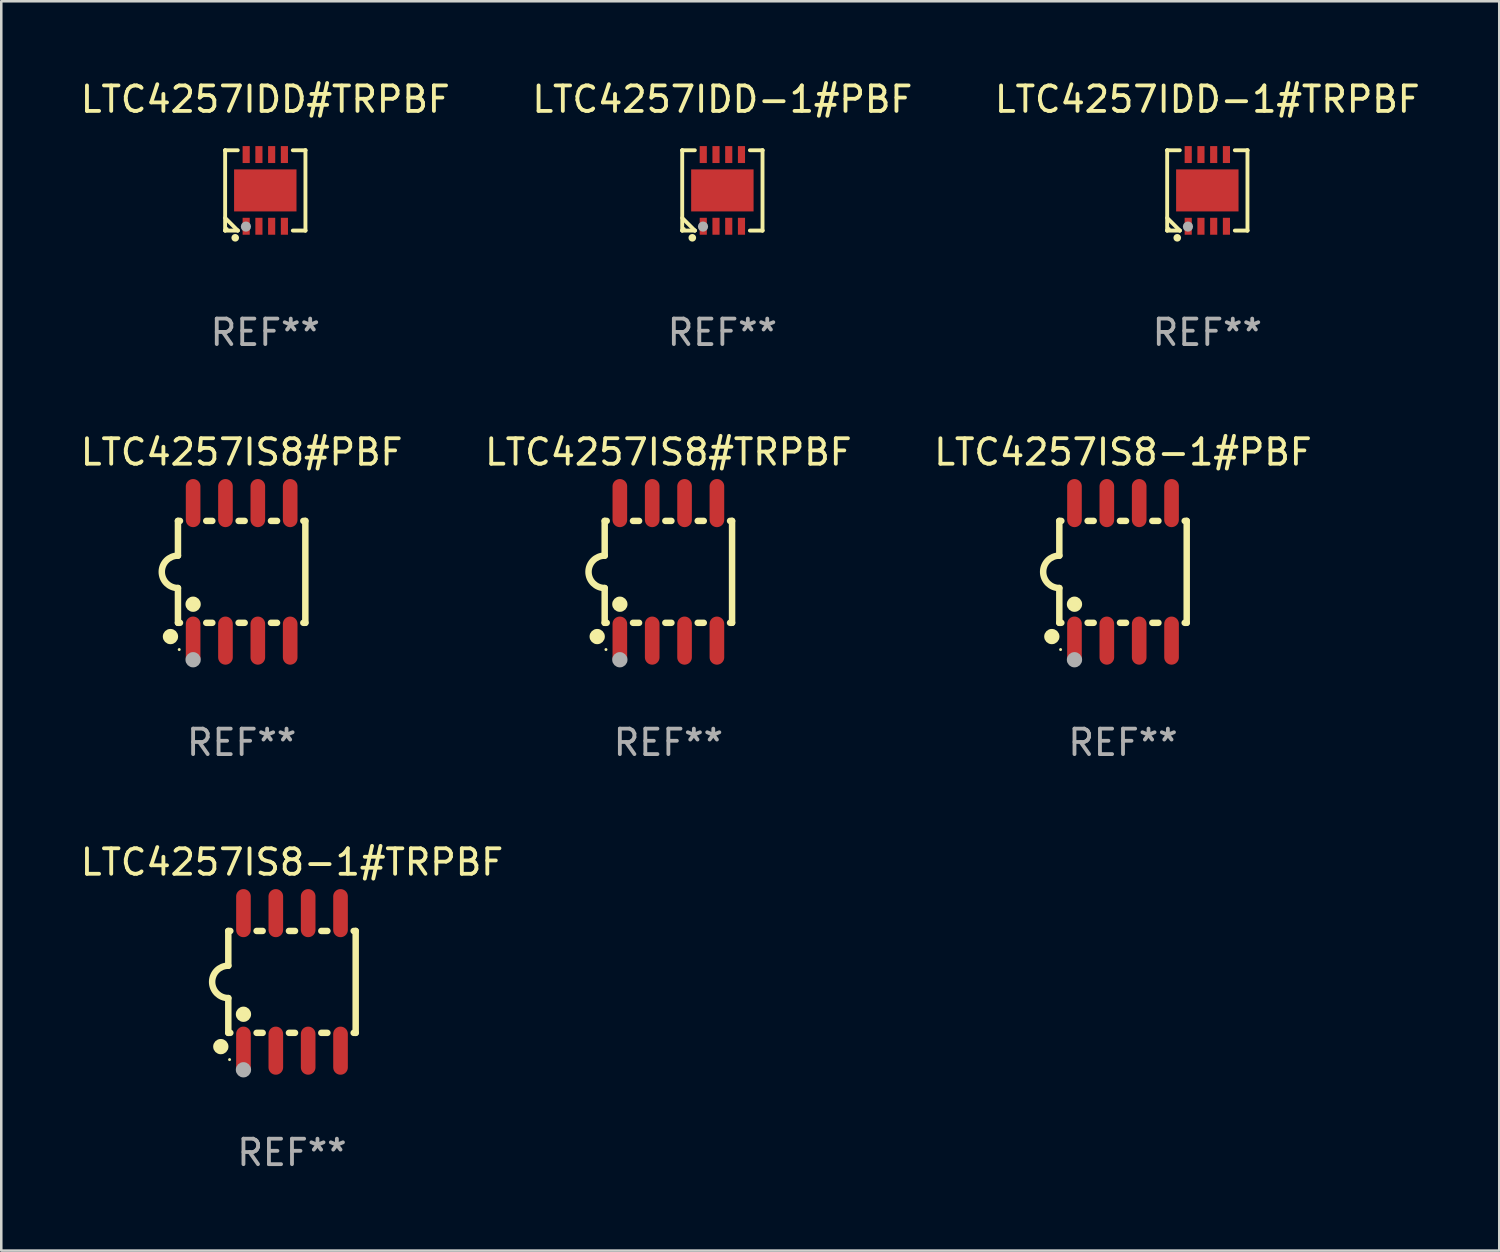
<source format=kicad_pcb>
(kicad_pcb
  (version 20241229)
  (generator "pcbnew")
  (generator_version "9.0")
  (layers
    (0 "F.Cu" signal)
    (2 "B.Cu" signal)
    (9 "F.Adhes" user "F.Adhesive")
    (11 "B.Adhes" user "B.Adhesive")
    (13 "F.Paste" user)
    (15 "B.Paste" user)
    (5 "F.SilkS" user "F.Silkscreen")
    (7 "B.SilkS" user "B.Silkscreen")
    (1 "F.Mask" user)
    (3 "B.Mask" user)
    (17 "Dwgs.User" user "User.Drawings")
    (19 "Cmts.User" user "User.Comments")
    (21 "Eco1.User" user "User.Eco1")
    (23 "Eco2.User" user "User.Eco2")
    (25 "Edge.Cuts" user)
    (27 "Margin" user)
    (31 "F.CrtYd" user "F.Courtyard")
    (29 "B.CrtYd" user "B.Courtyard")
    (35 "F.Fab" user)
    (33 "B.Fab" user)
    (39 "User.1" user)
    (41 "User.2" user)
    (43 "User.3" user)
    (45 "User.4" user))
  (footprint "LTC4257IS8-1#TRPBF"
    (layer "F.Cu")
    (at 8.411 35.491)
    (property "Reference" "LTC4257IS8-1#TRPBF" (at 0 -4.699 0) (layer "F.SilkS") (effects (font (size 1 1) (thickness 0.15))))
    (attr through_hole)
    (fp_line (start -2.5 -2) (end -2.5 -0.635) (stroke (width 0.254) (type solid)) (layer "F.SilkS"))
    (fp_line (start -2.5 -2) (end -2.421 -2) (stroke (width 0.254) (type solid)) (layer "F.SilkS"))
    (fp_line (start -2.5 2) (end -2.5 0.635) (stroke (width 0.254) (type solid)) (layer "F.SilkS"))
    (fp_line (start -2.5 2) (end -2.421 2) (stroke (width 0.254) (type solid)) (layer "F.SilkS"))
    (fp_line (start -1.389 -2) (end -1.151 -2) (stroke (width 0.254) (type solid)) (layer "F.SilkS"))
    (fp_line (start -1.389 2) (end -1.151 2) (stroke (width 0.254) (type solid)) (layer "F.SilkS"))
    (fp_line (start -0.119 -2) (end 0.119 -2) (stroke (width 0.254) (type solid)) (layer "F.SilkS"))
    (fp_line (start -0.119 2) (end 0.119 2) (stroke (width 0.254) (type solid)) (layer "F.SilkS"))
    (fp_line (start 1.151 -2) (end 1.389 -2) (stroke (width 0.254) (type solid)) (layer "F.SilkS"))
    (fp_line (start 1.151 2) (end 1.389 2) (stroke (width 0.254) (type solid)) (layer "F.SilkS"))
    (fp_line (start 2.421 -2) (end 2.5 -2) (stroke (width 0.254) (type solid)) (layer "F.SilkS"))
    (fp_line (start 2.421 2) (end 2.5 2) (stroke (width 0.254) (type solid)) (layer "F.SilkS"))
    (fp_line (start 2.5 -2) (end 2.5 2) (stroke (width 0.254) (type solid)) (layer "F.SilkS"))
    (fp_arc (start -2.5 0.635001) (mid -3.134366 -0.000318) (end -2.499365 -0.635001) (stroke (width 0.254001) (type solid)) (layer "F.SilkS"))
    (fp_circle (center -2.794 2.54) (end -2.644 2.54) (stroke (width 0.3) (type solid)) (fill no) (layer "F.SilkS"))
    (fp_circle (center -2.45 3.05) (end -2.42 3.05) (stroke (width 0.06) (type solid)) (fill no) (layer "F.SilkS"))
    (fp_circle (center -1.905 1.27) (end -1.755 1.27) (stroke (width 0.3) (type solid)) (fill no) (layer "F.SilkS"))
    (fp_circle (center -1.905 3.45) (end -1.755 3.45) (stroke (width 0.3) (type solid)) (fill no) (layer "F.Fab"))
    (fp_text user "REF**" (at 0 6.699 0) (layer "F.Fab") (effects (font (size 1 1) (thickness 0.15))))
    (pad "1" smd oval (at -1.905 2.699) (size 0.574 1.888) (layers "F.Cu" "F.Mask" "F.Paste"))
    (pad "2" smd oval (at -0.635 2.699) (size 0.574 1.888) (layers "F.Cu" "F.Mask" "F.Paste"))
    (pad "3" smd oval (at 0.635 2.699) (size 0.574 1.888) (layers "F.Cu" "F.Mask" "F.Paste"))
    (pad "4" smd oval (at 1.905 2.699) (size 0.574 1.888) (layers "F.Cu" "F.Mask" "F.Paste"))
    (pad "5" smd oval (at 1.905 -2.699) (size 0.574 1.888) (layers "F.Cu" "F.Mask" "F.Paste"))
    (pad "6" smd oval (at 0.635 -2.699) (size 0.574 1.888) (layers "F.Cu" "F.Mask" "F.Paste"))
    (pad "7" smd oval (at -0.635 -2.699) (size 0.574 1.888) (layers "F.Cu" "F.Mask" "F.Paste"))
    (pad "8" smd oval (at -1.905 -2.699) (size 0.574 1.888) (layers "F.Cu" "F.Mask" "F.Paste")))
  (footprint "LTC4257IDD#TRPBF"
    (layer "F.Cu")
    (at 7.363 4.424)
    (property "Reference" "LTC4257IDD#TRPBF" (at 0 -3.576 0) (layer "F.SilkS") (effects (font (size 1 1) (thickness 0.15))))
    (attr through_hole)
    (fp_line (start -1.576 -1.576) (end -1.576 -1.576) (stroke (width 0.152) (type solid)) (layer "F.SilkS"))
    (fp_line (start -1.576 -1.576) (end -1.08 -1.576) (stroke (width 0.152) (type solid)) (layer "F.SilkS"))
    (fp_line (start -1.576 1.576) (end -1.576 -1.576) (stroke (width 0.152) (type solid)) (layer "F.SilkS"))
    (fp_line (start -1.576 1.576) (end -1.576 1.576) (stroke (width 0.152) (type solid)) (layer "F.SilkS"))
    (fp_line (start -1.08 1.575) (end -1.576 1.079) (stroke (width 0.152) (type solid)) (layer "F.SilkS"))
    (fp_line (start -1.08 1.576) (end -1.576 1.576) (stroke (width 0.152) (type solid)) (layer "F.SilkS"))
    (fp_line (start -1.08 1.576) (end -1.08 1.575) (stroke (width 0.152) (type solid)) (layer "F.SilkS"))
    (fp_line (start 1.08 1.576) (end 1.576 1.576) (stroke (width 0.152) (type solid)) (layer "F.SilkS"))
    (fp_line (start 1.576 -1.576) (end 1.08 -1.576) (stroke (width 0.152) (type solid)) (layer "F.SilkS"))
    (fp_line (start 1.576 -1.576) (end 1.576 -1.576) (stroke (width 0.152) (type solid)) (layer "F.SilkS"))
    (fp_line (start 1.576 1.576) (end 1.576 -1.576) (stroke (width 0.152) (type solid)) (layer "F.SilkS"))
    (fp_line (start 1.576 1.576) (end 1.576 1.576) (stroke (width 0.152) (type solid)) (layer "F.SilkS"))
    (fp_circle (center -1.5 1.5) (end -1.47 1.5) (stroke (width 0.06) (type solid)) (fill no) (layer "F.SilkS"))
    (fp_circle (center -1.18 1.86) (end -1.105 1.86) (stroke (width 0.15) (type solid)) (fill no) (layer "F.SilkS"))
    (fp_circle (center -0.76 1.42) (end -0.66 1.42) (stroke (width 0.2) (type solid)) (fill no) (layer "F.Fab"))
    (fp_text user "REF**" (at 0 5.576 0) (layer "F.Fab") (effects (font (size 1 1) (thickness 0.15))))
    (pad "1" smd rect (at -0.75 1.407) (size 0.28 0.665) (layers "F.Cu" "F.Mask" "F.Paste"))
    (pad "2" smd rect (at -0.25 1.407) (size 0.28 0.665) (layers "F.Cu" "F.Mask" "F.Paste"))
    (pad "3" smd rect (at 0.25 1.407) (size 0.28 0.665) (layers "F.Cu" "F.Mask" "F.Paste"))
    (pad "4" smd rect (at 0.75 1.407) (size 0.28 0.665) (layers "F.Cu" "F.Mask" "F.Paste"))
    (pad "5" smd rect (at 0.75 -1.407) (size 0.28 0.665) (layers "F.Cu" "F.Mask" "F.Paste"))
    (pad "6" smd rect (at 0.25 -1.407) (size 0.28 0.665) (layers "F.Cu" "F.Mask" "F.Paste"))
    (pad "7" smd rect (at -0.25 -1.407) (size 0.28 0.665) (layers "F.Cu" "F.Mask" "F.Paste"))
    (pad "8" smd rect (at -0.75 -1.407) (size 0.28 0.665) (layers "F.Cu" "F.Mask" "F.Paste"))
    (pad "9" smd rect (at 0 0) (size 2.45 1.65) (layers "F.Cu" "F.Mask" "F.Paste")))
  (footprint "LTC4257IS8-1#PBF"
    (layer "F.Cu")
    (at 41.03 19.396)
    (property "Reference" "LTC4257IS8-1#PBF" (at 0 -4.699 0) (layer "F.SilkS") (effects (font (size 1 1) (thickness 0.15))))
    (attr through_hole)
    (fp_line (start -2.5 -2) (end -2.5 -0.635) (stroke (width 0.254) (type solid)) (layer "F.SilkS"))
    (fp_line (start -2.5 -2) (end -2.421 -2) (stroke (width 0.254) (type solid)) (layer "F.SilkS"))
    (fp_line (start -2.5 2) (end -2.5 0.635) (stroke (width 0.254) (type solid)) (layer "F.SilkS"))
    (fp_line (start -2.5 2) (end -2.421 2) (stroke (width 0.254) (type solid)) (layer "F.SilkS"))
    (fp_line (start -1.389 -2) (end -1.151 -2) (stroke (width 0.254) (type solid)) (layer "F.SilkS"))
    (fp_line (start -1.389 2) (end -1.151 2) (stroke (width 0.254) (type solid)) (layer "F.SilkS"))
    (fp_line (start -0.119 -2) (end 0.119 -2) (stroke (width 0.254) (type solid)) (layer "F.SilkS"))
    (fp_line (start -0.119 2) (end 0.119 2) (stroke (width 0.254) (type solid)) (layer "F.SilkS"))
    (fp_line (start 1.151 -2) (end 1.389 -2) (stroke (width 0.254) (type solid)) (layer "F.SilkS"))
    (fp_line (start 1.151 2) (end 1.389 2) (stroke (width 0.254) (type solid)) (layer "F.SilkS"))
    (fp_line (start 2.421 -2) (end 2.5 -2) (stroke (width 0.254) (type solid)) (layer "F.SilkS"))
    (fp_line (start 2.421 2) (end 2.5 2) (stroke (width 0.254) (type solid)) (layer "F.SilkS"))
    (fp_line (start 2.5 -2) (end 2.5 2) (stroke (width 0.254) (type solid)) (layer "F.SilkS"))
    (fp_arc (start -2.5 0.635001) (mid -3.134366 -0.000318) (end -2.499365 -0.635001) (stroke (width 0.254001) (type solid)) (layer "F.SilkS"))
    (fp_circle (center -2.794 2.54) (end -2.644 2.54) (stroke (width 0.3) (type solid)) (fill no) (layer "F.SilkS"))
    (fp_circle (center -2.45 3.05) (end -2.42 3.05) (stroke (width 0.06) (type solid)) (fill no) (layer "F.SilkS"))
    (fp_circle (center -1.905 1.27) (end -1.755 1.27) (stroke (width 0.3) (type solid)) (fill no) (layer "F.SilkS"))
    (fp_circle (center -1.905 3.45) (end -1.755 3.45) (stroke (width 0.3) (type solid)) (fill no) (layer "F.Fab"))
    (fp_text user "REF**" (at 0 6.699 0) (layer "F.Fab") (effects (font (size 1 1) (thickness 0.15))))
    (pad "1" smd oval (at -1.905 2.699) (size 0.574 1.888) (layers "F.Cu" "F.Mask" "F.Paste"))
    (pad "2" smd oval (at -0.635 2.699) (size 0.574 1.888) (layers "F.Cu" "F.Mask" "F.Paste"))
    (pad "3" smd oval (at 0.635 2.699) (size 0.574 1.888) (layers "F.Cu" "F.Mask" "F.Paste"))
    (pad "4" smd oval (at 1.905 2.699) (size 0.574 1.888) (layers "F.Cu" "F.Mask" "F.Paste"))
    (pad "5" smd oval (at 1.905 -2.699) (size 0.574 1.888) (layers "F.Cu" "F.Mask" "F.Paste"))
    (pad "6" smd oval (at 0.635 -2.699) (size 0.574 1.888) (layers "F.Cu" "F.Mask" "F.Paste"))
    (pad "7" smd oval (at -0.635 -2.699) (size 0.574 1.888) (layers "F.Cu" "F.Mask" "F.Paste"))
    (pad "8" smd oval (at -1.905 -2.699) (size 0.574 1.888) (layers "F.Cu" "F.Mask" "F.Paste")))
  (footprint "LTC4257IS8#PBF"
    (layer "F.Cu")
    (at 6.435 19.396)
    (property "Reference" "LTC4257IS8#PBF" (at 0 -4.699 0) (layer "F.SilkS") (effects (font (size 1 1) (thickness 0.15))))
    (attr through_hole)
    (fp_line (start -2.5 -2) (end -2.5 -0.635) (stroke (width 0.254) (type solid)) (layer "F.SilkS"))
    (fp_line (start -2.5 -2) (end -2.421 -2) (stroke (width 0.254) (type solid)) (layer "F.SilkS"))
    (fp_line (start -2.5 2) (end -2.5 0.635) (stroke (width 0.254) (type solid)) (layer "F.SilkS"))
    (fp_line (start -2.5 2) (end -2.421 2) (stroke (width 0.254) (type solid)) (layer "F.SilkS"))
    (fp_line (start -1.389 -2) (end -1.151 -2) (stroke (width 0.254) (type solid)) (layer "F.SilkS"))
    (fp_line (start -1.389 2) (end -1.151 2) (stroke (width 0.254) (type solid)) (layer "F.SilkS"))
    (fp_line (start -0.119 -2) (end 0.119 -2) (stroke (width 0.254) (type solid)) (layer "F.SilkS"))
    (fp_line (start -0.119 2) (end 0.119 2) (stroke (width 0.254) (type solid)) (layer "F.SilkS"))
    (fp_line (start 1.151 -2) (end 1.389 -2) (stroke (width 0.254) (type solid)) (layer "F.SilkS"))
    (fp_line (start 1.151 2) (end 1.389 2) (stroke (width 0.254) (type solid)) (layer "F.SilkS"))
    (fp_line (start 2.421 -2) (end 2.5 -2) (stroke (width 0.254) (type solid)) (layer "F.SilkS"))
    (fp_line (start 2.421 2) (end 2.5 2) (stroke (width 0.254) (type solid)) (layer "F.SilkS"))
    (fp_line (start 2.5 -2) (end 2.5 2) (stroke (width 0.254) (type solid)) (layer "F.SilkS"))
    (fp_arc (start -2.5 0.635001) (mid -3.134366 -0.000318) (end -2.499365 -0.635001) (stroke (width 0.254001) (type solid)) (layer "F.SilkS"))
    (fp_circle (center -2.794 2.54) (end -2.644 2.54) (stroke (width 0.3) (type solid)) (fill no) (layer "F.SilkS"))
    (fp_circle (center -2.45 3.05) (end -2.42 3.05) (stroke (width 0.06) (type solid)) (fill no) (layer "F.SilkS"))
    (fp_circle (center -1.905 1.27) (end -1.755 1.27) (stroke (width 0.3) (type solid)) (fill no) (layer "F.SilkS"))
    (fp_circle (center -1.905 3.45) (end -1.755 3.45) (stroke (width 0.3) (type solid)) (fill no) (layer "F.Fab"))
    (fp_text user "REF**" (at 0 6.699 0) (layer "F.Fab") (effects (font (size 1 1) (thickness 0.15))))
    (pad "1" smd oval (at -1.905 2.699) (size 0.574 1.888) (layers "F.Cu" "F.Mask" "F.Paste"))
    (pad "2" smd oval (at -0.635 2.699) (size 0.574 1.888) (layers "F.Cu" "F.Mask" "F.Paste"))
    (pad "3" smd oval (at 0.635 2.699) (size 0.574 1.888) (layers "F.Cu" "F.Mask" "F.Paste"))
    (pad "4" smd oval (at 1.905 2.699) (size 0.574 1.888) (layers "F.Cu" "F.Mask" "F.Paste"))
    (pad "5" smd oval (at 1.905 -2.699) (size 0.574 1.888) (layers "F.Cu" "F.Mask" "F.Paste"))
    (pad "6" smd oval (at 0.635 -2.699) (size 0.574 1.888) (layers "F.Cu" "F.Mask" "F.Paste"))
    (pad "7" smd oval (at -0.635 -2.699) (size 0.574 1.888) (layers "F.Cu" "F.Mask" "F.Paste"))
    (pad "8" smd oval (at -1.905 -2.699) (size 0.574 1.888) (layers "F.Cu" "F.Mask" "F.Paste")))
  (footprint "LTC4257IS8#TRPBF"
    (layer "F.Cu")
    (at 23.185 19.396)
    (property "Reference" "LTC4257IS8#TRPBF" (at 0 -4.699 0) (layer "F.SilkS") (effects (font (size 1 1) (thickness 0.15))))
    (attr through_hole)
    (fp_line (start -2.5 -2) (end -2.5 -0.635) (stroke (width 0.254) (type solid)) (layer "F.SilkS"))
    (fp_line (start -2.5 -2) (end -2.421 -2) (stroke (width 0.254) (type solid)) (layer "F.SilkS"))
    (fp_line (start -2.5 2) (end -2.5 0.635) (stroke (width 0.254) (type solid)) (layer "F.SilkS"))
    (fp_line (start -2.5 2) (end -2.421 2) (stroke (width 0.254) (type solid)) (layer "F.SilkS"))
    (fp_line (start -1.389 -2) (end -1.151 -2) (stroke (width 0.254) (type solid)) (layer "F.SilkS"))
    (fp_line (start -1.389 2) (end -1.151 2) (stroke (width 0.254) (type solid)) (layer "F.SilkS"))
    (fp_line (start -0.119 -2) (end 0.119 -2) (stroke (width 0.254) (type solid)) (layer "F.SilkS"))
    (fp_line (start -0.119 2) (end 0.119 2) (stroke (width 0.254) (type solid)) (layer "F.SilkS"))
    (fp_line (start 1.151 -2) (end 1.389 -2) (stroke (width 0.254) (type solid)) (layer "F.SilkS"))
    (fp_line (start 1.151 2) (end 1.389 2) (stroke (width 0.254) (type solid)) (layer "F.SilkS"))
    (fp_line (start 2.421 -2) (end 2.5 -2) (stroke (width 0.254) (type solid)) (layer "F.SilkS"))
    (fp_line (start 2.421 2) (end 2.5 2) (stroke (width 0.254) (type solid)) (layer "F.SilkS"))
    (fp_line (start 2.5 -2) (end 2.5 2) (stroke (width 0.254) (type solid)) (layer "F.SilkS"))
    (fp_arc (start -2.5 0.635001) (mid -3.134366 -0.000318) (end -2.499365 -0.635001) (stroke (width 0.254001) (type solid)) (layer "F.SilkS"))
    (fp_circle (center -2.794 2.54) (end -2.644 2.54) (stroke (width 0.3) (type solid)) (fill no) (layer "F.SilkS"))
    (fp_circle (center -2.45 3.05) (end -2.42 3.05) (stroke (width 0.06) (type solid)) (fill no) (layer "F.SilkS"))
    (fp_circle (center -1.905 1.27) (end -1.755 1.27) (stroke (width 0.3) (type solid)) (fill no) (layer "F.SilkS"))
    (fp_circle (center -1.905 3.45) (end -1.755 3.45) (stroke (width 0.3) (type solid)) (fill no) (layer "F.Fab"))
    (fp_text user "REF**" (at 0 6.699 0) (layer "F.Fab") (effects (font (size 1 1) (thickness 0.15))))
    (pad "1" smd oval (at -1.905 2.699) (size 0.574 1.888) (layers "F.Cu" "F.Mask" "F.Paste"))
    (pad "2" smd oval (at -0.635 2.699) (size 0.574 1.888) (layers "F.Cu" "F.Mask" "F.Paste"))
    (pad "3" smd oval (at 0.635 2.699) (size 0.574 1.888) (layers "F.Cu" "F.Mask" "F.Paste"))
    (pad "4" smd oval (at 1.905 2.699) (size 0.574 1.888) (layers "F.Cu" "F.Mask" "F.Paste"))
    (pad "5" smd oval (at 1.905 -2.699) (size 0.574 1.888) (layers "F.Cu" "F.Mask" "F.Paste"))
    (pad "6" smd oval (at 0.635 -2.699) (size 0.574 1.888) (layers "F.Cu" "F.Mask" "F.Paste"))
    (pad "7" smd oval (at -0.635 -2.699) (size 0.574 1.888) (layers "F.Cu" "F.Mask" "F.Paste"))
    (pad "8" smd oval (at -1.905 -2.699) (size 0.574 1.888) (layers "F.Cu" "F.Mask" "F.Paste")))
  (footprint "LTC4257IDD-1#PBF"
    (layer "F.Cu")
    (at 25.304 4.424)
    (property "Reference" "LTC4257IDD-1#PBF" (at 0 -3.576 0) (layer "F.SilkS") (effects (font (size 1 1) (thickness 0.15))))
    (attr through_hole)
    (fp_line (start -1.576 -1.576) (end -1.576 -1.576) (stroke (width 0.152) (type solid)) (layer "F.SilkS"))
    (fp_line (start -1.576 -1.576) (end -1.08 -1.576) (stroke (width 0.152) (type solid)) (layer "F.SilkS"))
    (fp_line (start -1.576 1.576) (end -1.576 -1.576) (stroke (width 0.152) (type solid)) (layer "F.SilkS"))
    (fp_line (start -1.576 1.576) (end -1.576 1.576) (stroke (width 0.152) (type solid)) (layer "F.SilkS"))
    (fp_line (start -1.08 1.575) (end -1.576 1.079) (stroke (width 0.152) (type solid)) (layer "F.SilkS"))
    (fp_line (start -1.08 1.576) (end -1.576 1.576) (stroke (width 0.152) (type solid)) (layer "F.SilkS"))
    (fp_line (start -1.08 1.576) (end -1.08 1.575) (stroke (width 0.152) (type solid)) (layer "F.SilkS"))
    (fp_line (start 1.08 1.576) (end 1.576 1.576) (stroke (width 0.152) (type solid)) (layer "F.SilkS"))
    (fp_line (start 1.576 -1.576) (end 1.08 -1.576) (stroke (width 0.152) (type solid)) (layer "F.SilkS"))
    (fp_line (start 1.576 -1.576) (end 1.576 -1.576) (stroke (width 0.152) (type solid)) (layer "F.SilkS"))
    (fp_line (start 1.576 1.576) (end 1.576 -1.576) (stroke (width 0.152) (type solid)) (layer "F.SilkS"))
    (fp_line (start 1.576 1.576) (end 1.576 1.576) (stroke (width 0.152) (type solid)) (layer "F.SilkS"))
    (fp_circle (center -1.5 1.5) (end -1.47 1.5) (stroke (width 0.06) (type solid)) (fill no) (layer "F.SilkS"))
    (fp_circle (center -1.18 1.86) (end -1.105 1.86) (stroke (width 0.15) (type solid)) (fill no) (layer "F.SilkS"))
    (fp_circle (center -0.76 1.42) (end -0.66 1.42) (stroke (width 0.2) (type solid)) (fill no) (layer "F.Fab"))
    (fp_text user "REF**" (at 0 5.576 0) (layer "F.Fab") (effects (font (size 1 1) (thickness 0.15))))
    (pad "1" smd rect (at -0.75 1.407) (size 0.28 0.665) (layers "F.Cu" "F.Mask" "F.Paste"))
    (pad "2" smd rect (at -0.25 1.407) (size 0.28 0.665) (layers "F.Cu" "F.Mask" "F.Paste"))
    (pad "3" smd rect (at 0.25 1.407) (size 0.28 0.665) (layers "F.Cu" "F.Mask" "F.Paste"))
    (pad "4" smd rect (at 0.75 1.407) (size 0.28 0.665) (layers "F.Cu" "F.Mask" "F.Paste"))
    (pad "5" smd rect (at 0.75 -1.407) (size 0.28 0.665) (layers "F.Cu" "F.Mask" "F.Paste"))
    (pad "6" smd rect (at 0.25 -1.407) (size 0.28 0.665) (layers "F.Cu" "F.Mask" "F.Paste"))
    (pad "7" smd rect (at -0.25 -1.407) (size 0.28 0.665) (layers "F.Cu" "F.Mask" "F.Paste"))
    (pad "8" smd rect (at -0.75 -1.407) (size 0.28 0.665) (layers "F.Cu" "F.Mask" "F.Paste"))
    (pad "9" smd rect (at 0 0) (size 2.45 1.65) (layers "F.Cu" "F.Mask" "F.Paste")))
  (footprint "LTC4257IDD-1#TRPBF"
    (layer "F.Cu")
    (at 44.339 4.424)
    (property "Reference" "LTC4257IDD-1#TRPBF" (at 0 -3.576 0) (layer "F.SilkS") (effects (font (size 1 1) (thickness 0.15))))
    (attr through_hole)
    (fp_line (start -1.576 -1.576) (end -1.576 -1.576) (stroke (width 0.152) (type solid)) (layer "F.SilkS"))
    (fp_line (start -1.576 -1.576) (end -1.08 -1.576) (stroke (width 0.152) (type solid)) (layer "F.SilkS"))
    (fp_line (start -1.576 1.576) (end -1.576 -1.576) (stroke (width 0.152) (type solid)) (layer "F.SilkS"))
    (fp_line (start -1.576 1.576) (end -1.576 1.576) (stroke (width 0.152) (type solid)) (layer "F.SilkS"))
    (fp_line (start -1.08 1.575) (end -1.576 1.079) (stroke (width 0.152) (type solid)) (layer "F.SilkS"))
    (fp_line (start -1.08 1.576) (end -1.576 1.576) (stroke (width 0.152) (type solid)) (layer "F.SilkS"))
    (fp_line (start -1.08 1.576) (end -1.08 1.575) (stroke (width 0.152) (type solid)) (layer "F.SilkS"))
    (fp_line (start 1.08 1.576) (end 1.576 1.576) (stroke (width 0.152) (type solid)) (layer "F.SilkS"))
    (fp_line (start 1.576 -1.576) (end 1.08 -1.576) (stroke (width 0.152) (type solid)) (layer "F.SilkS"))
    (fp_line (start 1.576 -1.576) (end 1.576 -1.576) (stroke (width 0.152) (type solid)) (layer "F.SilkS"))
    (fp_line (start 1.576 1.576) (end 1.576 -1.576) (stroke (width 0.152) (type solid)) (layer "F.SilkS"))
    (fp_line (start 1.576 1.576) (end 1.576 1.576) (stroke (width 0.152) (type solid)) (layer "F.SilkS"))
    (fp_circle (center -1.5 1.5) (end -1.47 1.5) (stroke (width 0.06) (type solid)) (fill no) (layer "F.SilkS"))
    (fp_circle (center -1.18 1.86) (end -1.105 1.86) (stroke (width 0.15) (type solid)) (fill no) (layer "F.SilkS"))
    (fp_circle (center -0.76 1.42) (end -0.66 1.42) (stroke (width 0.2) (type solid)) (fill no) (layer "F.Fab"))
    (fp_text user "REF**" (at 0 5.576 0) (layer "F.Fab") (effects (font (size 1 1) (thickness 0.15))))
    (pad "1" smd rect (at -0.75 1.407) (size 0.28 0.665) (layers "F.Cu" "F.Mask" "F.Paste"))
    (pad "2" smd rect (at -0.25 1.407) (size 0.28 0.665) (layers "F.Cu" "F.Mask" "F.Paste"))
    (pad "3" smd rect (at 0.25 1.407) (size 0.28 0.665) (layers "F.Cu" "F.Mask" "F.Paste"))
    (pad "4" smd rect (at 0.75 1.407) (size 0.28 0.665) (layers "F.Cu" "F.Mask" "F.Paste"))
    (pad "5" smd rect (at 0.75 -1.407) (size 0.28 0.665) (layers "F.Cu" "F.Mask" "F.Paste"))
    (pad "6" smd rect (at 0.25 -1.407) (size 0.28 0.665) (layers "F.Cu" "F.Mask" "F.Paste"))
    (pad "7" smd rect (at -0.25 -1.407) (size 0.28 0.665) (layers "F.Cu" "F.Mask" "F.Paste"))
    (pad "8" smd rect (at -0.75 -1.407) (size 0.28 0.665) (layers "F.Cu" "F.Mask" "F.Paste"))
    (pad "9" smd rect (at 0 0) (size 2.45 1.65) (layers "F.Cu" "F.Mask" "F.Paste")))
  (gr_rect
    (start -3 -3)
    (end 55.798 46.038)
    (stroke (width 0.1) (type default))
    (fill no)
    (layer "Edge.Cuts")))
</source>
